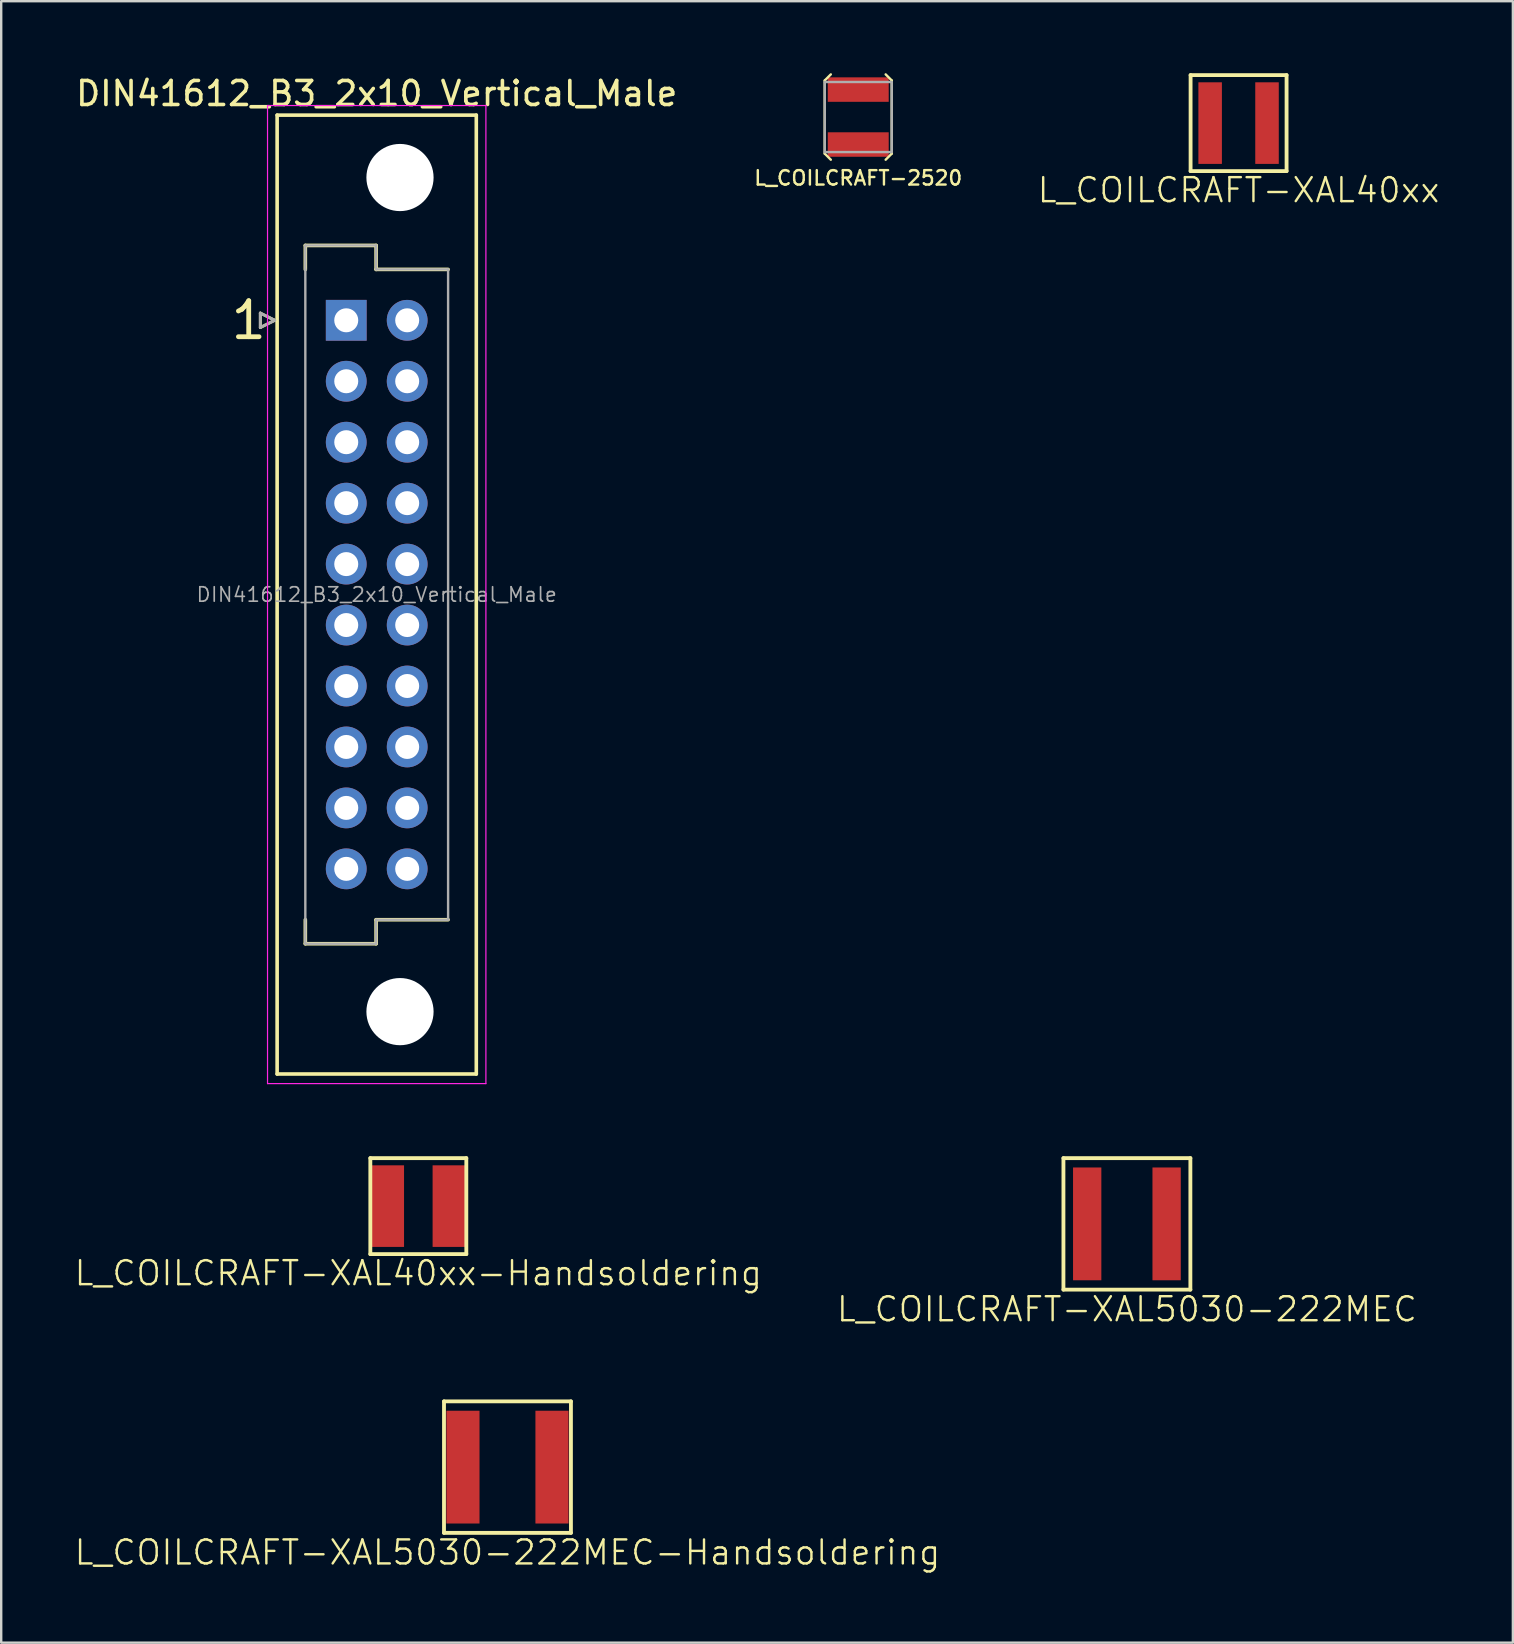
<source format=kicad_pcb>
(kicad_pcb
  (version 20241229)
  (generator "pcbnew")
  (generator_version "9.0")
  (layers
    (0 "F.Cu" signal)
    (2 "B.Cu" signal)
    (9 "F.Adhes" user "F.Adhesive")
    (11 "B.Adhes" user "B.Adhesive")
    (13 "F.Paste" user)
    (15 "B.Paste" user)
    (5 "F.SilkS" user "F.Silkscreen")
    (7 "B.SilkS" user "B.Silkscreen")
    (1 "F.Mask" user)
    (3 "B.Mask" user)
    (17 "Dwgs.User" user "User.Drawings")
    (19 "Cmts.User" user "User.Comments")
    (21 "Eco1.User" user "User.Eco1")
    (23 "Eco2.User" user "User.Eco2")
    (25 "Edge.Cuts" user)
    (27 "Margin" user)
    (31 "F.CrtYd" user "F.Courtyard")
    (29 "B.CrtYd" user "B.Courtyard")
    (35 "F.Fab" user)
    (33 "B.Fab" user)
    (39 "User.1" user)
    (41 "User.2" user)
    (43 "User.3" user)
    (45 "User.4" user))
  (footprint "L_COILCRAFT-XAL5030-222MEC"
    (layer "F.Cu")
    (at 43.912 47.953)
    (property "Reference" "L_COILCRAFT-XAL5030-222MEC" (at 0 3.556 0) (layer "F.SilkS") (effects (font (size 1 1) (thickness 0.1))))
    (attr through_hole)
    (fp_line (start -2.645 -2.74) (end -2.645 2.74) (stroke (width 0.16) (type solid)) (layer "F.SilkS"))
    (fp_line (start -2.645 -2.74) (end 2.645 -2.74) (stroke (width 0.16) (type solid)) (layer "F.SilkS"))
    (fp_line (start -2.645 2.74) (end 2.645 2.74) (stroke (width 0.16) (type solid)) (layer "F.SilkS"))
    (fp_line (start 2.645 -2.74) (end 2.645 2.74) (stroke (width 0.16) (type solid)) (layer "F.SilkS"))
    (pad "1" smd rect (at -1.655 0) (size 1.18 4.7) (layers "F.Cu" "F.Mask" "F.Paste"))
    (pad "2" smd rect (at 1.655 0) (size 1.18 4.7) (layers "F.Cu" "F.Mask" "F.Paste")))
  (footprint "DIN41612_B3_2x10_Vertical_Male"
    (layer "F.Cu")
    (at 11.379 10.298)
    (property "Reference" "DIN41612_B3_2x10_Vertical_Male" (at 1.27 -9.45 0) (layer "F.SilkS") (effects (font (size 1 1) (thickness 0.15))))
    (attr through_hole)
    (fp_line (start -3.58 -0.3) (end -3.58 0.3) (stroke (width 0.12) (type solid)) (layer "F.SilkS"))
    (fp_line (start -3.58 0.3) (end -2.98 0) (stroke (width 0.12) (type solid)) (layer "F.SilkS"))
    (fp_line (start -2.98 0) (end -3.58 -0.3) (stroke (width 0.12) (type solid)) (layer "F.SilkS"))
    (fp_line (start -2.88 -8.55) (end -2.88 31.41) (stroke (width 0.15) (type solid)) (layer "F.SilkS"))
    (fp_line (start -2.88 31.41) (end 5.42 31.41) (stroke (width 0.15) (type solid)) (layer "F.SilkS"))
    (fp_line (start -1.705 -3.12) (end 1.245 -3.12) (stroke (width 0.15) (type solid)) (layer "F.SilkS"))
    (fp_line (start -1.705 -2.12) (end -1.705 -3.12) (stroke (width 0.15) (type solid)) (layer "F.SilkS"))
    (fp_line (start -1.705 25.98) (end -1.705 24.98) (stroke (width 0.15) (type solid)) (layer "F.SilkS"))
    (fp_line (start 1.245 -3.12) (end 1.245 -2.12) (stroke (width 0.15) (type solid)) (layer "F.SilkS"))
    (fp_line (start 1.245 -2.12) (end 4.245 -2.12) (stroke (width 0.15) (type solid)) (layer "F.SilkS"))
    (fp_line (start 1.245 24.98) (end 1.245 25.98) (stroke (width 0.15) (type solid)) (layer "F.SilkS"))
    (fp_line (start 1.245 25.98) (end -1.705 25.98) (stroke (width 0.15) (type solid)) (layer "F.SilkS"))
    (fp_line (start 4.245 24.98) (end 1.245 24.98) (stroke (width 0.15) (type solid)) (layer "F.SilkS"))
    (fp_line (start 5.42 -8.55) (end -2.88 -8.55) (stroke (width 0.15) (type solid)) (layer "F.SilkS"))
    (fp_line (start 5.42 31.41) (end 5.42 -8.55) (stroke (width 0.15) (type solid)) (layer "F.SilkS"))
    (fp_line (start -3.28 -8.95) (end -3.28 31.81) (stroke (width 0.05) (type solid)) (layer "F.CrtYd"))
    (fp_line (start -3.28 31.81) (end 5.82 31.81) (stroke (width 0.05) (type solid)) (layer "F.CrtYd"))
    (fp_line (start 5.82 -8.95) (end -3.28 -8.95) (stroke (width 0.05) (type solid)) (layer "F.CrtYd"))
    (fp_line (start 5.82 31.81) (end 5.82 -8.95) (stroke (width 0.05) (type solid)) (layer "F.CrtYd"))
    (fp_line (start -3.58 -0.3) (end -3.58 0.3) (stroke (width 0.12) (type solid)) (layer "F.Fab"))
    (fp_line (start -3.58 0.3) (end -2.98 0) (stroke (width 0.12) (type solid)) (layer "F.Fab"))
    (fp_line (start -2.98 0) (end -3.58 -0.3) (stroke (width 0.12) (type solid)) (layer "F.Fab"))
    (fp_line (start -1.705 -3.12) (end 1.245 -3.12) (stroke (width 0.1) (type solid)) (layer "F.Fab"))
    (fp_line (start -1.705 -2.12) (end -1.705 -3.12) (stroke (width 0.1) (type solid)) (layer "F.Fab"))
    (fp_line (start -1.705 24.98) (end -1.705 -2.12) (stroke (width 0.1) (type solid)) (layer "F.Fab"))
    (fp_line (start -1.705 25.98) (end -1.705 24.98) (stroke (width 0.1) (type solid)) (layer "F.Fab"))
    (fp_line (start 1.245 -3.12) (end 1.245 -2.12) (stroke (width 0.1) (type solid)) (layer "F.Fab"))
    (fp_line (start 1.245 -2.12) (end 4.245 -2.12) (stroke (width 0.1) (type solid)) (layer "F.Fab"))
    (fp_line (start 1.245 24.98) (end 1.245 25.98) (stroke (width 0.1) (type solid)) (layer "F.Fab"))
    (fp_line (start 1.245 25.98) (end -1.705 25.98) (stroke (width 0.1) (type solid)) (layer "F.Fab"))
    (fp_line (start 4.245 -2.12) (end 4.245 24.98) (stroke (width 0.1) (type solid)) (layer "F.Fab"))
    (fp_line (start 4.245 24.98) (end 1.245 24.98) (stroke (width 0.1) (type solid)) (layer "F.Fab"))
    (fp_text user "1" (at -4.064 0 0) (layer "F.SilkS") (effects (font (size 1.5 1.5) (thickness 0.2))))
    (fp_text user "${REFERENCE}" (at 1.27 11.43 0) (layer "F.Fab") (effects (font (size 0.6 0.6) (thickness 0.07))))
    (pad "" np_thru_hole circle (at 2.24 -5.95) (size 2.8 2.8) (drill 2.8) (layers "*.Cu" "*.Mask"))
    (pad "" np_thru_hole circle (at 2.24 28.81) (size 2.8 2.8) (drill 2.8) (layers "*.Cu" "*.Mask"))
    (pad "a1" thru_hole rect (at 0 0) (size 1.7 1.7) (drill 1) (layers "*.Cu" "*.Mask"))
    (pad "a2" thru_hole circle (at 0 2.54) (size 1.7 1.7) (drill 1) (layers "*.Cu" "*.Mask"))
    (pad "a3" thru_hole circle (at 0 5.08) (size 1.7 1.7) (drill 1) (layers "*.Cu" "*.Mask"))
    (pad "a4" thru_hole circle (at 0 7.62) (size 1.7 1.7) (drill 1) (layers "*.Cu" "*.Mask"))
    (pad "a5" thru_hole circle (at 0 10.16) (size 1.7 1.7) (drill 1) (layers "*.Cu" "*.Mask"))
    (pad "a6" thru_hole circle (at 0 12.7) (size 1.7 1.7) (drill 1) (layers "*.Cu" "*.Mask"))
    (pad "a7" thru_hole circle (at 0 15.24) (size 1.7 1.7) (drill 1) (layers "*.Cu" "*.Mask"))
    (pad "a8" thru_hole circle (at 0 17.78) (size 1.7 1.7) (drill 1) (layers "*.Cu" "*.Mask"))
    (pad "a9" thru_hole circle (at 0 20.32) (size 1.7 1.7) (drill 1) (layers "*.Cu" "*.Mask"))
    (pad "a10" thru_hole circle (at 0 22.86) (size 1.7 1.7) (drill 1) (layers "*.Cu" "*.Mask"))
    (pad "b1" thru_hole circle (at 2.54 0) (size 1.7 1.7) (drill 1) (layers "*.Cu" "*.Mask"))
    (pad "b2" thru_hole circle (at 2.54 2.54) (size 1.7 1.7) (drill 1) (layers "*.Cu" "*.Mask"))
    (pad "b3" thru_hole circle (at 2.54 5.08) (size 1.7 1.7) (drill 1) (layers "*.Cu" "*.Mask"))
    (pad "b4" thru_hole circle (at 2.54 7.62) (size 1.7 1.7) (drill 1) (layers "*.Cu" "*.Mask"))
    (pad "b5" thru_hole circle (at 2.54 10.16) (size 1.7 1.7) (drill 1) (layers "*.Cu" "*.Mask"))
    (pad "b6" thru_hole circle (at 2.54 12.7) (size 1.7 1.7) (drill 1) (layers "*.Cu" "*.Mask"))
    (pad "b7" thru_hole circle (at 2.54 15.24) (size 1.7 1.7) (drill 1) (layers "*.Cu" "*.Mask"))
    (pad "b8" thru_hole circle (at 2.54 17.78) (size 1.7 1.7) (drill 1) (layers "*.Cu" "*.Mask"))
    (pad "b9" thru_hole circle (at 2.54 20.32) (size 1.7 1.7) (drill 1) (layers "*.Cu" "*.Mask"))
    (pad "b10" thru_hole circle (at 2.54 22.86) (size 1.7 1.7) (drill 1) (layers "*.Cu" "*.Mask")))
  (footprint "L_COILCRAFT-2520"
    (layer "F.Cu")
    (at 32.716 1.828)
    (property "Reference" "L_COILCRAFT-2520" (at 0 2.54 0) (layer "F.SilkS") (effects (font (size 0.6 0.6) (thickness 0.1))))
    (attr through_hole)
    (fp_line (start -1.397 -1.524) (end -1.397 1.524) (stroke (width 0.1) (type solid)) (layer "F.SilkS"))
    (fp_line (start -1.397 1.524) (end -1.143 1.778) (stroke (width 0.1) (type solid)) (layer "F.SilkS"))
    (fp_line (start -1.143 -1.778) (end -1.397 -1.524) (stroke (width 0.1) (type solid)) (layer "F.SilkS"))
    (fp_line (start 1.143 -1.778) (end 1.397 -1.524) (stroke (width 0.1) (type solid)) (layer "F.SilkS"))
    (fp_line (start 1.397 -1.524) (end 1.397 1.524) (stroke (width 0.1) (type solid)) (layer "F.SilkS"))
    (fp_line (start 1.397 1.524) (end 1.143 1.778) (stroke (width 0.1) (type solid)) (layer "F.SilkS"))
    (fp_line (start -1.395 -1.46) (end -1.395 1.46) (stroke (width 0.1) (type solid)) (layer "F.Fab"))
    (fp_line (start -1.395 -1.46) (end 1.395 -1.46) (stroke (width 0.1) (type solid)) (layer "F.Fab"))
    (fp_line (start -1.395 1.46) (end 1.395 1.46) (stroke (width 0.1) (type solid)) (layer "F.Fab"))
    (fp_line (start 1.395 -1.46) (end 1.395 1.46) (stroke (width 0.1) (type solid)) (layer "F.Fab"))
    (pad "1" smd rect (at 0 -1.145) (size 2.54 1.02) (layers "F.Cu" "F.Mask" "F.Paste"))
    (pad "2" smd rect (at 0 1.145) (size 2.54 1.02) (layers "F.Cu" "F.Mask" "F.Paste")))
  (footprint "L_COILCRAFT-XAL40xx-Handsoldering"
    (layer "F.Cu")
    (at 14.383 47.213)
    (property "Reference" "L_COILCRAFT-XAL40xx-Handsoldering" (at 0 2.794 0) (layer "F.SilkS") (effects (font (size 1 1) (thickness 0.1))))
    (attr through_hole)
    (fp_line (start -2 -2) (end -2 2) (stroke (width 0.16) (type solid)) (layer "F.SilkS"))
    (fp_line (start -2 -2) (end 2 -2) (stroke (width 0.16) (type solid)) (layer "F.SilkS"))
    (fp_line (start -2 2) (end 2 2) (stroke (width 0.16) (type solid)) (layer "F.SilkS"))
    (fp_line (start 2 -2) (end 2 2) (stroke (width 0.16) (type solid)) (layer "F.SilkS"))
    (pad "1" smd rect (at -1.285 0) (size 1.38 3.4) (layers "F.Cu" "F.Mask" "F.Paste"))
    (pad "2" smd rect (at 1.285 0) (size 1.38 3.4) (layers "F.Cu" "F.Mask" "F.Paste")))
  (footprint "L_COILCRAFT-XAL5030-222MEC-Handsoldering"
    (layer "F.Cu")
    (at 18.098 58.09)
    (property "Reference" "L_COILCRAFT-XAL5030-222MEC-Handsoldering" (at 0 3.556 0) (layer "F.SilkS") (effects (font (size 1 1) (thickness 0.1))))
    (attr through_hole)
    (fp_line (start -2.645 -2.74) (end -2.645 2.74) (stroke (width 0.16) (type solid)) (layer "F.SilkS"))
    (fp_line (start -2.645 -2.74) (end 2.645 -2.74) (stroke (width 0.16) (type solid)) (layer "F.SilkS"))
    (fp_line (start -2.645 2.74) (end 2.645 2.74) (stroke (width 0.16) (type solid)) (layer "F.SilkS"))
    (fp_line (start 2.645 -2.74) (end 2.645 2.74) (stroke (width 0.16) (type solid)) (layer "F.SilkS"))
    (pad "1" smd rect (at -1.655 0) (size 1.38 4.7) (drill (offset -0.2 0)) (layers "F.Cu" "F.Mask" "F.Paste"))
    (pad "2" smd rect (at 1.655 0) (size 1.38 4.7) (drill (offset 0.2 0)) (layers "F.Cu" "F.Mask" "F.Paste")))
  (footprint "L_COILCRAFT-XAL40xx"
    (layer "F.Cu")
    (at 48.566 2.08)
    (property "Reference" "L_COILCRAFT-XAL40xx" (at 0 2.794 0) (layer "F.SilkS") (effects (font (size 1 1) (thickness 0.1))))
    (attr through_hole)
    (fp_line (start -2 -2) (end -2 2) (stroke (width 0.16) (type solid)) (layer "F.SilkS"))
    (fp_line (start -2 -2) (end 2 -2) (stroke (width 0.16) (type solid)) (layer "F.SilkS"))
    (fp_line (start -2 2) (end 2 2) (stroke (width 0.16) (type solid)) (layer "F.SilkS"))
    (fp_line (start 2 -2) (end 2 2) (stroke (width 0.16) (type solid)) (layer "F.SilkS"))
    (pad "1" smd rect (at -1.185 0) (size 0.98 3.4) (layers "F.Cu" "F.Mask" "F.Paste"))
    (pad "2" smd rect (at 1.185 0) (size 0.98 3.4) (layers "F.Cu" "F.Mask" "F.Paste")))
  (gr_rect
    (start -3 -3)
    (end 59.997 65.406)
    (stroke (width 0.1) (type default))
    (fill no)
    (layer "Edge.Cuts")))
</source>
